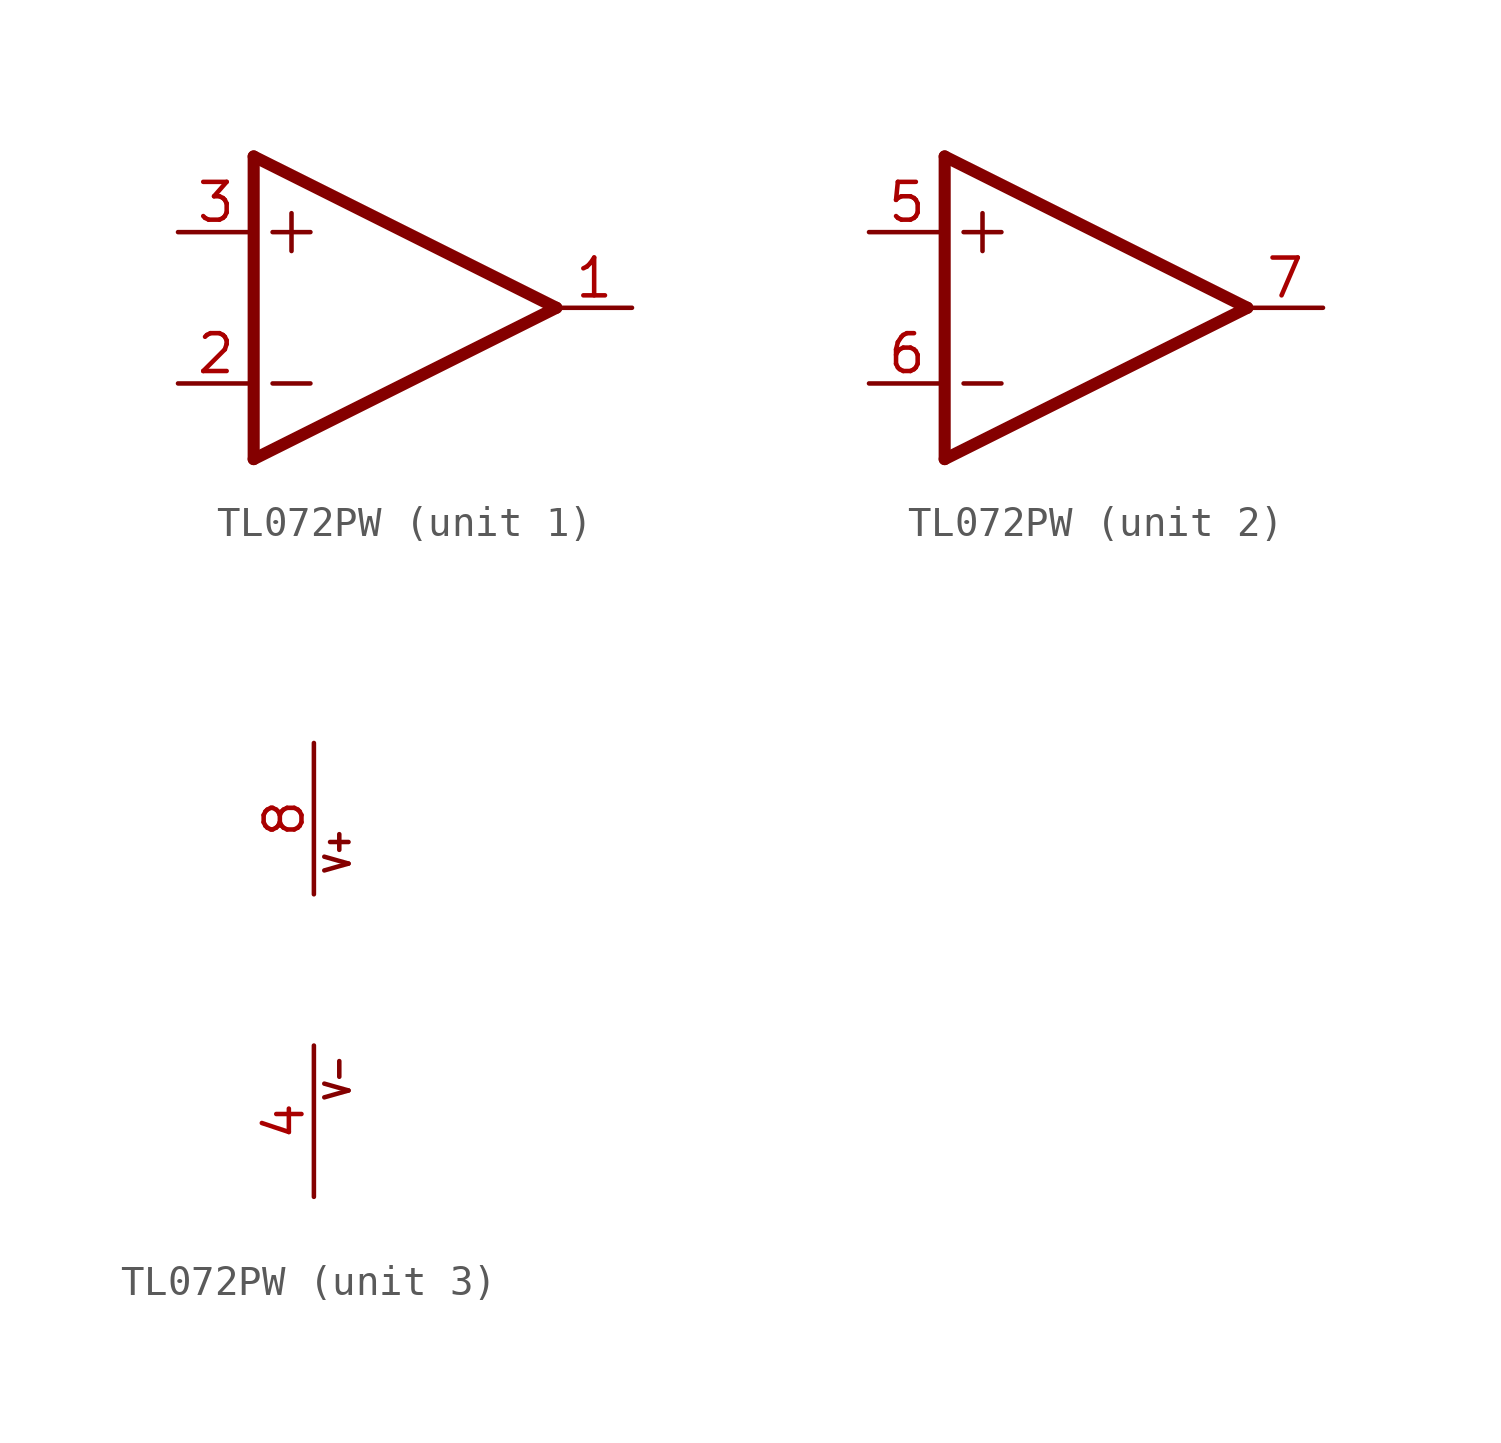
<source format=kicad_sym>
(kicad_symbol_lib
  (version 20211014)
  (generator kicad_symbol_editor)
  (symbol "TL072PW"
    (property "Reference" "IC"
      (at 2.54 3.175 0)
      (effects (font (size 1.778 1.511)) (justify left bottom) hide))
    (property "ki_locked" ""
      (at 0 0 0)
      (effects (font (size 1.27 1.27))))
    (symbol "TL072PW_1_0"
      (polyline (pts (xy -5.08 -5.08) (xy 5.08 0)) (stroke (width 0.406) (type default) (color 0 0 0 0)) (fill (type none)))
      (polyline (pts (xy -5.08 5.08) (xy -5.08 -5.08)) (stroke (width 0.406) (type default) (color 0 0 0 0)) (fill (type none)))
      (polyline (pts (xy -4.445 -2.54) (xy -3.175 -2.54)) (stroke (width 0.152) (type default) (color 0 0 0 0)) (fill (type none)))
      (polyline (pts (xy -4.445 2.54) (xy -3.175 2.54)) (stroke (width 0.152) (type default) (color 0 0 0 0)) (fill (type none)))
      (polyline (pts (xy -3.81 3.175) (xy -3.81 1.905)) (stroke (width 0.152) (type default) (color 0 0 0 0)) (fill (type none)))
      (polyline (pts (xy 5.08 0) (xy -5.08 5.08)) (stroke (width 0.406) (type default) (color 0 0 0 0)) (fill (type none)))
      (pin output line (at 7.62 0 180) (length 2.54) (name "OUT" (effects (font (size 0 0)))) (number "1" (effects (font (size 1.27 1.27)))))
      (pin input line (at -7.62 -2.54 0) (length 2.54) (name "-IN" (effects (font (size 0 0)))) (number "2" (effects (font (size 1.27 1.27)))))
      (pin input line (at -7.62 2.54 0) (length 2.54) (name "+IN" (effects (font (size 0 0)))) (number "3" (effects (font (size 1.27 1.27))))))
    (symbol "TL072PW_2_0"
      (polyline (pts (xy -5.08 -5.08) (xy 5.08 0)) (stroke (width 0.406) (type default) (color 0 0 0 0)) (fill (type none)))
      (polyline (pts (xy -5.08 5.08) (xy -5.08 -5.08)) (stroke (width 0.406) (type default) (color 0 0 0 0)) (fill (type none)))
      (polyline (pts (xy -4.445 -2.54) (xy -3.175 -2.54)) (stroke (width 0.152) (type default) (color 0 0 0 0)) (fill (type none)))
      (polyline (pts (xy -4.445 2.54) (xy -3.175 2.54)) (stroke (width 0.152) (type default) (color 0 0 0 0)) (fill (type none)))
      (polyline (pts (xy -3.81 3.175) (xy -3.81 1.905)) (stroke (width 0.152) (type default) (color 0 0 0 0)) (fill (type none)))
      (polyline (pts (xy 5.08 0) (xy -5.08 5.08)) (stroke (width 0.406) (type default) (color 0 0 0 0)) (fill (type none)))
      (pin input line (at -7.62 2.54 0) (length 2.54) (name "+IN" (effects (font (size 0 0)))) (number "5" (effects (font (size 1.27 1.27)))))
      (pin input line (at -7.62 -2.54 0) (length 2.54) (name "-IN" (effects (font (size 0 0)))) (number "6" (effects (font (size 1.27 1.27)))))
      (pin output line (at 7.62 0 180) (length 2.54) (name "OUT" (effects (font (size 0 0)))) (number "7" (effects (font (size 1.27 1.27))))))
    (symbol "TL072PW_3_0"
      (text "V+" (at 1.27 3.175 900) (effects (font (size 0.813 0.691)) (justify left bottom)))
      (text "V-" (at 1.27 -4.445 900) (effects (font (size 0.813 0.691)) (justify left bottom)))
      (pin power_in line (at 0 -7.62 90) (length 5.08) (name "V-" (effects (font (size 0 0)))) (number "4" (effects (font (size 1.27 1.27)))))
      (pin power_in line (at 0 7.62 270) (length 5.08) (name "V+" (effects (font (size 0 0)))) (number "8" (effects (font (size 1.27 1.27))))))))
</source>
